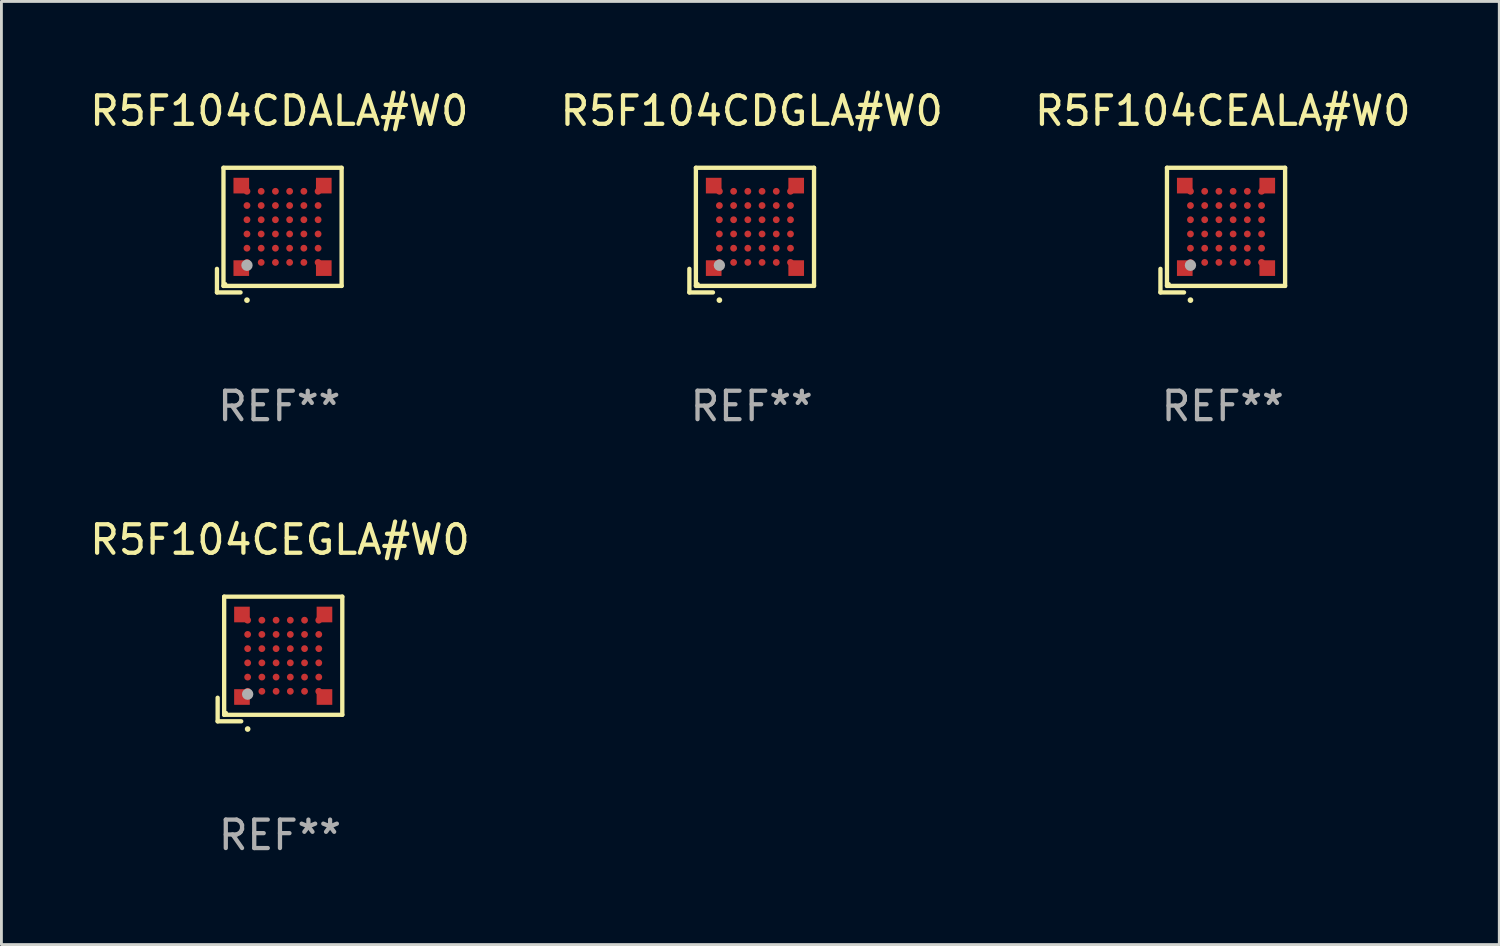
<source format=kicad_pcb>
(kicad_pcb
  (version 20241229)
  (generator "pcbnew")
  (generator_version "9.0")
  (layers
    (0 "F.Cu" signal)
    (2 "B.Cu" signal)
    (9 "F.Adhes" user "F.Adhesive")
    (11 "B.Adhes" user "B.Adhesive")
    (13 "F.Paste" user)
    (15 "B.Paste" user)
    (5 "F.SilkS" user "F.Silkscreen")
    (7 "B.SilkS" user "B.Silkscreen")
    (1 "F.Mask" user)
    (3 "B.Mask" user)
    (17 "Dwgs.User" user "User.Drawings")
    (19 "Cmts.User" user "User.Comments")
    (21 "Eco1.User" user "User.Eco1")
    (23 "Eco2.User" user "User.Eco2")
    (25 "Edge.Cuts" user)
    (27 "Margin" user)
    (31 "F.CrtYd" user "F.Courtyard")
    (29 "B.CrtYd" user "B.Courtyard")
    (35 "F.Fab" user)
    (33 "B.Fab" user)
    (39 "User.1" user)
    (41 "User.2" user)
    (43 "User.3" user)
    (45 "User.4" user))
  (footprint "R5F104CEALA#W0"
    (layer "F.Cu")
    (at 39.935 5.039)
    (property "Reference" "R5F104CEALA#W0" (at 0 -4.191 0) (layer "F.SilkS") (effects (font (size 1 1) (thickness 0.15))))
    (attr through_hole)
    (fp_line (start -2.191 1.362) (end -2.191 2.191) (stroke (width 0.152) (type solid)) (layer "F.SilkS"))
    (fp_line (start -2.191 2.191) (end -1.362 2.191) (stroke (width 0.152) (type solid)) (layer "F.SilkS"))
    (fp_line (start -1.962 -2.191) (end 2.191 -2.191) (stroke (width 0.152) (type solid)) (layer "F.SilkS"))
    (fp_line (start -1.962 1.962) (end -1.962 -2.191) (stroke (width 0.152) (type solid)) (layer "F.SilkS"))
    (fp_line (start 2.191 -2.191) (end 2.191 1.962) (stroke (width 0.152) (type solid)) (layer "F.SilkS"))
    (fp_line (start 2.191 1.962) (end -1.962 1.962) (stroke (width 0.152) (type solid)) (layer "F.SilkS"))
    (fp_circle (center -1.886 1.886) (end -1.856 1.886) (stroke (width 0.06) (type solid)) (fill no) (layer "F.SilkS"))
    (fp_circle (center -1.136 2.462) (end -1.086 2.462) (stroke (width 0.1) (type solid)) (fill no) (layer "F.SilkS"))
    (fp_circle (center -1.136 1.236) (end -1.036 1.236) (stroke (width 0.2) (type solid)) (fill no) (layer "F.Fab"))
    (fp_text user "REF**" (at 0 6.191 0) (layer "F.Fab") (effects (font (size 1 1) (thickness 0.15))))
    (pad "A1" smd rect (at -1.336 1.336) (size 0.55 0.55) (layers "F.Cu" "F.Mask" "F.Paste"))
    (pad "A1" smd circle (at -1.136 1.136) (size 0.24 0.24) (layers "F.Cu" "F.Mask" "F.Paste"))
    (pad "A2" smd circle (at -1.136 0.636) (size 0.24 0.24) (layers "F.Cu" "F.Mask" "F.Paste"))
    (pad "A3" smd circle (at -1.136 0.136) (size 0.24 0.24) (layers "F.Cu" "F.Mask" "F.Paste"))
    (pad "A4" smd circle (at -1.136 -0.364) (size 0.24 0.24) (layers "F.Cu" "F.Mask" "F.Paste"))
    (pad "A5" smd circle (at -1.136 -0.864) (size 0.24 0.24) (layers "F.Cu" "F.Mask" "F.Paste"))
    (pad "A6" smd rect (at -1.336 -1.564) (size 0.55 0.55) (layers "F.Cu" "F.Mask" "F.Paste"))
    (pad "A6" smd circle (at -1.136 -1.364) (size 0.24 0.24) (layers "F.Cu" "F.Mask" "F.Paste"))
    (pad "B1" smd circle (at -0.636 1.136) (size 0.24 0.24) (layers "F.Cu" "F.Mask" "F.Paste"))
    (pad "B2" smd circle (at -0.636 0.636) (size 0.24 0.24) (layers "F.Cu" "F.Mask" "F.Paste"))
    (pad "B3" smd circle (at -0.636 0.136) (size 0.24 0.24) (layers "F.Cu" "F.Mask" "F.Paste"))
    (pad "B4" smd circle (at -0.636 -0.364) (size 0.24 0.24) (layers "F.Cu" "F.Mask" "F.Paste"))
    (pad "B5" smd circle (at -0.636 -0.864) (size 0.24 0.24) (layers "F.Cu" "F.Mask" "F.Paste"))
    (pad "B6" smd circle (at -0.636 -1.364) (size 0.24 0.24) (layers "F.Cu" "F.Mask" "F.Paste"))
    (pad "C1" smd circle (at -0.136 1.136) (size 0.24 0.24) (layers "F.Cu" "F.Mask" "F.Paste"))
    (pad "C2" smd circle (at -0.136 0.636) (size 0.24 0.24) (layers "F.Cu" "F.Mask" "F.Paste"))
    (pad "C3" smd circle (at -0.136 0.136) (size 0.24 0.24) (layers "F.Cu" "F.Mask" "F.Paste"))
    (pad "C4" smd circle (at -0.136 -0.364) (size 0.24 0.24) (layers "F.Cu" "F.Mask" "F.Paste"))
    (pad "C5" smd circle (at -0.136 -0.864) (size 0.24 0.24) (layers "F.Cu" "F.Mask" "F.Paste"))
    (pad "C6" smd circle (at -0.136 -1.364) (size 0.24 0.24) (layers "F.Cu" "F.Mask" "F.Paste"))
    (pad "D1" smd circle (at 0.364 1.136) (size 0.24 0.24) (layers "F.Cu" "F.Mask" "F.Paste"))
    (pad "D2" smd circle (at 0.364 0.636) (size 0.24 0.24) (layers "F.Cu" "F.Mask" "F.Paste"))
    (pad "D3" smd circle (at 0.364 0.136) (size 0.24 0.24) (layers "F.Cu" "F.Mask" "F.Paste"))
    (pad "D4" smd circle (at 0.364 -0.364) (size 0.24 0.24) (layers "F.Cu" "F.Mask" "F.Paste"))
    (pad "D5" smd circle (at 0.364 -0.864) (size 0.24 0.24) (layers "F.Cu" "F.Mask" "F.Paste"))
    (pad "D6" smd circle (at 0.364 -1.364) (size 0.24 0.24) (layers "F.Cu" "F.Mask" "F.Paste"))
    (pad "E1" smd circle (at 0.864 1.136) (size 0.24 0.24) (layers "F.Cu" "F.Mask" "F.Paste"))
    (pad "E2" smd circle (at 0.864 0.636) (size 0.24 0.24) (layers "F.Cu" "F.Mask" "F.Paste"))
    (pad "E3" smd circle (at 0.864 0.136) (size 0.24 0.24) (layers "F.Cu" "F.Mask" "F.Paste"))
    (pad "E4" smd circle (at 0.864 -0.364) (size 0.24 0.24) (layers "F.Cu" "F.Mask" "F.Paste"))
    (pad "E5" smd circle (at 0.864 -0.864) (size 0.24 0.24) (layers "F.Cu" "F.Mask" "F.Paste"))
    (pad "E6" smd circle (at 0.864 -1.364) (size 0.24 0.24) (layers "F.Cu" "F.Mask" "F.Paste"))
    (pad "F1" smd circle (at 1.364 1.136) (size 0.24 0.24) (layers "F.Cu" "F.Mask" "F.Paste"))
    (pad "F1" smd rect (at 1.564 1.336) (size 0.55 0.55) (layers "F.Cu" "F.Mask" "F.Paste"))
    (pad "F2" smd circle (at 1.364 0.636) (size 0.24 0.24) (layers "F.Cu" "F.Mask" "F.Paste"))
    (pad "F3" smd circle (at 1.364 0.136) (size 0.24 0.24) (layers "F.Cu" "F.Mask" "F.Paste"))
    (pad "F4" smd circle (at 1.364 -0.364) (size 0.24 0.24) (layers "F.Cu" "F.Mask" "F.Paste"))
    (pad "F5" smd circle (at 1.364 -0.864) (size 0.24 0.24) (layers "F.Cu" "F.Mask" "F.Paste"))
    (pad "F6" smd circle (at 1.364 -1.364) (size 0.24 0.24) (layers "F.Cu" "F.Mask" "F.Paste"))
    (pad "F6" smd rect (at 1.564 -1.564) (size 0.55 0.55) (layers "F.Cu" "F.Mask" "F.Paste")))
  (footprint "R5F104CEGLA#W0"
    (layer "F.Cu")
    (at 6.792 20.116)
    (property "Reference" "R5F104CEGLA#W0" (at 0 -4.191 0) (layer "F.SilkS") (effects (font (size 1 1) (thickness 0.15))))
    (attr through_hole)
    (fp_line (start -2.191 1.362) (end -2.191 2.191) (stroke (width 0.152) (type solid)) (layer "F.SilkS"))
    (fp_line (start -2.191 2.191) (end -1.362 2.191) (stroke (width 0.152) (type solid)) (layer "F.SilkS"))
    (fp_line (start -1.962 -2.191) (end 2.191 -2.191) (stroke (width 0.152) (type solid)) (layer "F.SilkS"))
    (fp_line (start -1.962 1.962) (end -1.962 -2.191) (stroke (width 0.152) (type solid)) (layer "F.SilkS"))
    (fp_line (start 2.191 -2.191) (end 2.191 1.962) (stroke (width 0.152) (type solid)) (layer "F.SilkS"))
    (fp_line (start 2.191 1.962) (end -1.962 1.962) (stroke (width 0.152) (type solid)) (layer "F.SilkS"))
    (fp_circle (center -1.886 1.886) (end -1.856 1.886) (stroke (width 0.06) (type solid)) (fill no) (layer "F.SilkS"))
    (fp_circle (center -1.136 2.462) (end -1.086 2.462) (stroke (width 0.1) (type solid)) (fill no) (layer "F.SilkS"))
    (fp_circle (center -1.136 1.236) (end -1.036 1.236) (stroke (width 0.2) (type solid)) (fill no) (layer "F.Fab"))
    (fp_text user "REF**" (at 0 6.191 0) (layer "F.Fab") (effects (font (size 1 1) (thickness 0.15))))
    (pad "A1" smd rect (at -1.336 1.336) (size 0.55 0.55) (layers "F.Cu" "F.Mask" "F.Paste"))
    (pad "A1" smd circle (at -1.136 1.136) (size 0.24 0.24) (layers "F.Cu" "F.Mask" "F.Paste"))
    (pad "A2" smd circle (at -1.136 0.636) (size 0.24 0.24) (layers "F.Cu" "F.Mask" "F.Paste"))
    (pad "A3" smd circle (at -1.136 0.136) (size 0.24 0.24) (layers "F.Cu" "F.Mask" "F.Paste"))
    (pad "A4" smd circle (at -1.136 -0.364) (size 0.24 0.24) (layers "F.Cu" "F.Mask" "F.Paste"))
    (pad "A5" smd circle (at -1.136 -0.864) (size 0.24 0.24) (layers "F.Cu" "F.Mask" "F.Paste"))
    (pad "A6" smd rect (at -1.336 -1.564) (size 0.55 0.55) (layers "F.Cu" "F.Mask" "F.Paste"))
    (pad "A6" smd circle (at -1.136 -1.364) (size 0.24 0.24) (layers "F.Cu" "F.Mask" "F.Paste"))
    (pad "B1" smd circle (at -0.636 1.136) (size 0.24 0.24) (layers "F.Cu" "F.Mask" "F.Paste"))
    (pad "B2" smd circle (at -0.636 0.636) (size 0.24 0.24) (layers "F.Cu" "F.Mask" "F.Paste"))
    (pad "B3" smd circle (at -0.636 0.136) (size 0.24 0.24) (layers "F.Cu" "F.Mask" "F.Paste"))
    (pad "B4" smd circle (at -0.636 -0.364) (size 0.24 0.24) (layers "F.Cu" "F.Mask" "F.Paste"))
    (pad "B5" smd circle (at -0.636 -0.864) (size 0.24 0.24) (layers "F.Cu" "F.Mask" "F.Paste"))
    (pad "B6" smd circle (at -0.636 -1.364) (size 0.24 0.24) (layers "F.Cu" "F.Mask" "F.Paste"))
    (pad "C1" smd circle (at -0.136 1.136) (size 0.24 0.24) (layers "F.Cu" "F.Mask" "F.Paste"))
    (pad "C2" smd circle (at -0.136 0.636) (size 0.24 0.24) (layers "F.Cu" "F.Mask" "F.Paste"))
    (pad "C3" smd circle (at -0.136 0.136) (size 0.24 0.24) (layers "F.Cu" "F.Mask" "F.Paste"))
    (pad "C4" smd circle (at -0.136 -0.364) (size 0.24 0.24) (layers "F.Cu" "F.Mask" "F.Paste"))
    (pad "C5" smd circle (at -0.136 -0.864) (size 0.24 0.24) (layers "F.Cu" "F.Mask" "F.Paste"))
    (pad "C6" smd circle (at -0.136 -1.364) (size 0.24 0.24) (layers "F.Cu" "F.Mask" "F.Paste"))
    (pad "D1" smd circle (at 0.364 1.136) (size 0.24 0.24) (layers "F.Cu" "F.Mask" "F.Paste"))
    (pad "D2" smd circle (at 0.364 0.636) (size 0.24 0.24) (layers "F.Cu" "F.Mask" "F.Paste"))
    (pad "D3" smd circle (at 0.364 0.136) (size 0.24 0.24) (layers "F.Cu" "F.Mask" "F.Paste"))
    (pad "D4" smd circle (at 0.364 -0.364) (size 0.24 0.24) (layers "F.Cu" "F.Mask" "F.Paste"))
    (pad "D5" smd circle (at 0.364 -0.864) (size 0.24 0.24) (layers "F.Cu" "F.Mask" "F.Paste"))
    (pad "D6" smd circle (at 0.364 -1.364) (size 0.24 0.24) (layers "F.Cu" "F.Mask" "F.Paste"))
    (pad "E1" smd circle (at 0.864 1.136) (size 0.24 0.24) (layers "F.Cu" "F.Mask" "F.Paste"))
    (pad "E2" smd circle (at 0.864 0.636) (size 0.24 0.24) (layers "F.Cu" "F.Mask" "F.Paste"))
    (pad "E3" smd circle (at 0.864 0.136) (size 0.24 0.24) (layers "F.Cu" "F.Mask" "F.Paste"))
    (pad "E4" smd circle (at 0.864 -0.364) (size 0.24 0.24) (layers "F.Cu" "F.Mask" "F.Paste"))
    (pad "E5" smd circle (at 0.864 -0.864) (size 0.24 0.24) (layers "F.Cu" "F.Mask" "F.Paste"))
    (pad "E6" smd circle (at 0.864 -1.364) (size 0.24 0.24) (layers "F.Cu" "F.Mask" "F.Paste"))
    (pad "F1" smd circle (at 1.364 1.136) (size 0.24 0.24) (layers "F.Cu" "F.Mask" "F.Paste"))
    (pad "F1" smd rect (at 1.564 1.336) (size 0.55 0.55) (layers "F.Cu" "F.Mask" "F.Paste"))
    (pad "F2" smd circle (at 1.364 0.636) (size 0.24 0.24) (layers "F.Cu" "F.Mask" "F.Paste"))
    (pad "F3" smd circle (at 1.364 0.136) (size 0.24 0.24) (layers "F.Cu" "F.Mask" "F.Paste"))
    (pad "F4" smd circle (at 1.364 -0.364) (size 0.24 0.24) (layers "F.Cu" "F.Mask" "F.Paste"))
    (pad "F5" smd circle (at 1.364 -0.864) (size 0.24 0.24) (layers "F.Cu" "F.Mask" "F.Paste"))
    (pad "F6" smd circle (at 1.364 -1.364) (size 0.24 0.24) (layers "F.Cu" "F.Mask" "F.Paste"))
    (pad "F6" smd rect (at 1.564 -1.564) (size 0.55 0.55) (layers "F.Cu" "F.Mask" "F.Paste")))
  (footprint "R5F104CDGLA#W0"
    (layer "F.Cu")
    (at 23.375 5.039)
    (property "Reference" "R5F104CDGLA#W0" (at 0 -4.191 0) (layer "F.SilkS") (effects (font (size 1 1) (thickness 0.15))))
    (attr through_hole)
    (fp_line (start -2.191 1.362) (end -2.191 2.191) (stroke (width 0.152) (type solid)) (layer "F.SilkS"))
    (fp_line (start -2.191 2.191) (end -1.362 2.191) (stroke (width 0.152) (type solid)) (layer "F.SilkS"))
    (fp_line (start -1.962 -2.191) (end 2.191 -2.191) (stroke (width 0.152) (type solid)) (layer "F.SilkS"))
    (fp_line (start -1.962 1.962) (end -1.962 -2.191) (stroke (width 0.152) (type solid)) (layer "F.SilkS"))
    (fp_line (start 2.191 -2.191) (end 2.191 1.962) (stroke (width 0.152) (type solid)) (layer "F.SilkS"))
    (fp_line (start 2.191 1.962) (end -1.962 1.962) (stroke (width 0.152) (type solid)) (layer "F.SilkS"))
    (fp_circle (center -1.886 1.886) (end -1.856 1.886) (stroke (width 0.06) (type solid)) (fill no) (layer "F.SilkS"))
    (fp_circle (center -1.136 2.462) (end -1.086 2.462) (stroke (width 0.1) (type solid)) (fill no) (layer "F.SilkS"))
    (fp_circle (center -1.136 1.236) (end -1.036 1.236) (stroke (width 0.2) (type solid)) (fill no) (layer "F.Fab"))
    (fp_text user "REF**" (at 0 6.191 0) (layer "F.Fab") (effects (font (size 1 1) (thickness 0.15))))
    (pad "A1" smd rect (at -1.336 1.336) (size 0.55 0.55) (layers "F.Cu" "F.Mask" "F.Paste"))
    (pad "A1" smd circle (at -1.136 1.136) (size 0.24 0.24) (layers "F.Cu" "F.Mask" "F.Paste"))
    (pad "A2" smd circle (at -1.136 0.636) (size 0.24 0.24) (layers "F.Cu" "F.Mask" "F.Paste"))
    (pad "A3" smd circle (at -1.136 0.136) (size 0.24 0.24) (layers "F.Cu" "F.Mask" "F.Paste"))
    (pad "A4" smd circle (at -1.136 -0.364) (size 0.24 0.24) (layers "F.Cu" "F.Mask" "F.Paste"))
    (pad "A5" smd circle (at -1.136 -0.864) (size 0.24 0.24) (layers "F.Cu" "F.Mask" "F.Paste"))
    (pad "A6" smd rect (at -1.336 -1.564) (size 0.55 0.55) (layers "F.Cu" "F.Mask" "F.Paste"))
    (pad "A6" smd circle (at -1.136 -1.364) (size 0.24 0.24) (layers "F.Cu" "F.Mask" "F.Paste"))
    (pad "B1" smd circle (at -0.636 1.136) (size 0.24 0.24) (layers "F.Cu" "F.Mask" "F.Paste"))
    (pad "B2" smd circle (at -0.636 0.636) (size 0.24 0.24) (layers "F.Cu" "F.Mask" "F.Paste"))
    (pad "B3" smd circle (at -0.636 0.136) (size 0.24 0.24) (layers "F.Cu" "F.Mask" "F.Paste"))
    (pad "B4" smd circle (at -0.636 -0.364) (size 0.24 0.24) (layers "F.Cu" "F.Mask" "F.Paste"))
    (pad "B5" smd circle (at -0.636 -0.864) (size 0.24 0.24) (layers "F.Cu" "F.Mask" "F.Paste"))
    (pad "B6" smd circle (at -0.636 -1.364) (size 0.24 0.24) (layers "F.Cu" "F.Mask" "F.Paste"))
    (pad "C1" smd circle (at -0.136 1.136) (size 0.24 0.24) (layers "F.Cu" "F.Mask" "F.Paste"))
    (pad "C2" smd circle (at -0.136 0.636) (size 0.24 0.24) (layers "F.Cu" "F.Mask" "F.Paste"))
    (pad "C3" smd circle (at -0.136 0.136) (size 0.24 0.24) (layers "F.Cu" "F.Mask" "F.Paste"))
    (pad "C4" smd circle (at -0.136 -0.364) (size 0.24 0.24) (layers "F.Cu" "F.Mask" "F.Paste"))
    (pad "C5" smd circle (at -0.136 -0.864) (size 0.24 0.24) (layers "F.Cu" "F.Mask" "F.Paste"))
    (pad "C6" smd circle (at -0.136 -1.364) (size 0.24 0.24) (layers "F.Cu" "F.Mask" "F.Paste"))
    (pad "D1" smd circle (at 0.364 1.136) (size 0.24 0.24) (layers "F.Cu" "F.Mask" "F.Paste"))
    (pad "D2" smd circle (at 0.364 0.636) (size 0.24 0.24) (layers "F.Cu" "F.Mask" "F.Paste"))
    (pad "D3" smd circle (at 0.364 0.136) (size 0.24 0.24) (layers "F.Cu" "F.Mask" "F.Paste"))
    (pad "D4" smd circle (at 0.364 -0.364) (size 0.24 0.24) (layers "F.Cu" "F.Mask" "F.Paste"))
    (pad "D5" smd circle (at 0.364 -0.864) (size 0.24 0.24) (layers "F.Cu" "F.Mask" "F.Paste"))
    (pad "D6" smd circle (at 0.364 -1.364) (size 0.24 0.24) (layers "F.Cu" "F.Mask" "F.Paste"))
    (pad "E1" smd circle (at 0.864 1.136) (size 0.24 0.24) (layers "F.Cu" "F.Mask" "F.Paste"))
    (pad "E2" smd circle (at 0.864 0.636) (size 0.24 0.24) (layers "F.Cu" "F.Mask" "F.Paste"))
    (pad "E3" smd circle (at 0.864 0.136) (size 0.24 0.24) (layers "F.Cu" "F.Mask" "F.Paste"))
    (pad "E4" smd circle (at 0.864 -0.364) (size 0.24 0.24) (layers "F.Cu" "F.Mask" "F.Paste"))
    (pad "E5" smd circle (at 0.864 -0.864) (size 0.24 0.24) (layers "F.Cu" "F.Mask" "F.Paste"))
    (pad "E6" smd circle (at 0.864 -1.364) (size 0.24 0.24) (layers "F.Cu" "F.Mask" "F.Paste"))
    (pad "F1" smd circle (at 1.364 1.136) (size 0.24 0.24) (layers "F.Cu" "F.Mask" "F.Paste"))
    (pad "F1" smd rect (at 1.564 1.336) (size 0.55 0.55) (layers "F.Cu" "F.Mask" "F.Paste"))
    (pad "F2" smd circle (at 1.364 0.636) (size 0.24 0.24) (layers "F.Cu" "F.Mask" "F.Paste"))
    (pad "F3" smd circle (at 1.364 0.136) (size 0.24 0.24) (layers "F.Cu" "F.Mask" "F.Paste"))
    (pad "F4" smd circle (at 1.364 -0.364) (size 0.24 0.24) (layers "F.Cu" "F.Mask" "F.Paste"))
    (pad "F5" smd circle (at 1.364 -0.864) (size 0.24 0.24) (layers "F.Cu" "F.Mask" "F.Paste"))
    (pad "F6" smd circle (at 1.364 -1.364) (size 0.24 0.24) (layers "F.Cu" "F.Mask" "F.Paste"))
    (pad "F6" smd rect (at 1.564 -1.564) (size 0.55 0.55) (layers "F.Cu" "F.Mask" "F.Paste")))
  (footprint "R5F104CDALA#W0"
    (layer "F.Cu")
    (at 6.768 5.039)
    (property "Reference" "R5F104CDALA#W0" (at 0 -4.191 0) (layer "F.SilkS") (effects (font (size 1 1) (thickness 0.15))))
    (attr through_hole)
    (fp_line (start -2.191 1.362) (end -2.191 2.191) (stroke (width 0.152) (type solid)) (layer "F.SilkS"))
    (fp_line (start -2.191 2.191) (end -1.362 2.191) (stroke (width 0.152) (type solid)) (layer "F.SilkS"))
    (fp_line (start -1.962 -2.191) (end 2.191 -2.191) (stroke (width 0.152) (type solid)) (layer "F.SilkS"))
    (fp_line (start -1.962 1.962) (end -1.962 -2.191) (stroke (width 0.152) (type solid)) (layer "F.SilkS"))
    (fp_line (start 2.191 -2.191) (end 2.191 1.962) (stroke (width 0.152) (type solid)) (layer "F.SilkS"))
    (fp_line (start 2.191 1.962) (end -1.962 1.962) (stroke (width 0.152) (type solid)) (layer "F.SilkS"))
    (fp_circle (center -1.886 1.886) (end -1.856 1.886) (stroke (width 0.06) (type solid)) (fill no) (layer "F.SilkS"))
    (fp_circle (center -1.136 2.462) (end -1.086 2.462) (stroke (width 0.1) (type solid)) (fill no) (layer "F.SilkS"))
    (fp_circle (center -1.136 1.236) (end -1.036 1.236) (stroke (width 0.2) (type solid)) (fill no) (layer "F.Fab"))
    (fp_text user "REF**" (at 0 6.191 0) (layer "F.Fab") (effects (font (size 1 1) (thickness 0.15))))
    (pad "A1" smd rect (at -1.336 1.336) (size 0.55 0.55) (layers "F.Cu" "F.Mask" "F.Paste"))
    (pad "A1" smd circle (at -1.136 1.136) (size 0.24 0.24) (layers "F.Cu" "F.Mask" "F.Paste"))
    (pad "A2" smd circle (at -1.136 0.636) (size 0.24 0.24) (layers "F.Cu" "F.Mask" "F.Paste"))
    (pad "A3" smd circle (at -1.136 0.136) (size 0.24 0.24) (layers "F.Cu" "F.Mask" "F.Paste"))
    (pad "A4" smd circle (at -1.136 -0.364) (size 0.24 0.24) (layers "F.Cu" "F.Mask" "F.Paste"))
    (pad "A5" smd circle (at -1.136 -0.864) (size 0.24 0.24) (layers "F.Cu" "F.Mask" "F.Paste"))
    (pad "A6" smd rect (at -1.336 -1.564) (size 0.55 0.55) (layers "F.Cu" "F.Mask" "F.Paste"))
    (pad "A6" smd circle (at -1.136 -1.364) (size 0.24 0.24) (layers "F.Cu" "F.Mask" "F.Paste"))
    (pad "B1" smd circle (at -0.636 1.136) (size 0.24 0.24) (layers "F.Cu" "F.Mask" "F.Paste"))
    (pad "B2" smd circle (at -0.636 0.636) (size 0.24 0.24) (layers "F.Cu" "F.Mask" "F.Paste"))
    (pad "B3" smd circle (at -0.636 0.136) (size 0.24 0.24) (layers "F.Cu" "F.Mask" "F.Paste"))
    (pad "B4" smd circle (at -0.636 -0.364) (size 0.24 0.24) (layers "F.Cu" "F.Mask" "F.Paste"))
    (pad "B5" smd circle (at -0.636 -0.864) (size 0.24 0.24) (layers "F.Cu" "F.Mask" "F.Paste"))
    (pad "B6" smd circle (at -0.636 -1.364) (size 0.24 0.24) (layers "F.Cu" "F.Mask" "F.Paste"))
    (pad "C1" smd circle (at -0.136 1.136) (size 0.24 0.24) (layers "F.Cu" "F.Mask" "F.Paste"))
    (pad "C2" smd circle (at -0.136 0.636) (size 0.24 0.24) (layers "F.Cu" "F.Mask" "F.Paste"))
    (pad "C3" smd circle (at -0.136 0.136) (size 0.24 0.24) (layers "F.Cu" "F.Mask" "F.Paste"))
    (pad "C4" smd circle (at -0.136 -0.364) (size 0.24 0.24) (layers "F.Cu" "F.Mask" "F.Paste"))
    (pad "C5" smd circle (at -0.136 -0.864) (size 0.24 0.24) (layers "F.Cu" "F.Mask" "F.Paste"))
    (pad "C6" smd circle (at -0.136 -1.364) (size 0.24 0.24) (layers "F.Cu" "F.Mask" "F.Paste"))
    (pad "D1" smd circle (at 0.364 1.136) (size 0.24 0.24) (layers "F.Cu" "F.Mask" "F.Paste"))
    (pad "D2" smd circle (at 0.364 0.636) (size 0.24 0.24) (layers "F.Cu" "F.Mask" "F.Paste"))
    (pad "D3" smd circle (at 0.364 0.136) (size 0.24 0.24) (layers "F.Cu" "F.Mask" "F.Paste"))
    (pad "D4" smd circle (at 0.364 -0.364) (size 0.24 0.24) (layers "F.Cu" "F.Mask" "F.Paste"))
    (pad "D5" smd circle (at 0.364 -0.864) (size 0.24 0.24) (layers "F.Cu" "F.Mask" "F.Paste"))
    (pad "D6" smd circle (at 0.364 -1.364) (size 0.24 0.24) (layers "F.Cu" "F.Mask" "F.Paste"))
    (pad "E1" smd circle (at 0.864 1.136) (size 0.24 0.24) (layers "F.Cu" "F.Mask" "F.Paste"))
    (pad "E2" smd circle (at 0.864 0.636) (size 0.24 0.24) (layers "F.Cu" "F.Mask" "F.Paste"))
    (pad "E3" smd circle (at 0.864 0.136) (size 0.24 0.24) (layers "F.Cu" "F.Mask" "F.Paste"))
    (pad "E4" smd circle (at 0.864 -0.364) (size 0.24 0.24) (layers "F.Cu" "F.Mask" "F.Paste"))
    (pad "E5" smd circle (at 0.864 -0.864) (size 0.24 0.24) (layers "F.Cu" "F.Mask" "F.Paste"))
    (pad "E6" smd circle (at 0.864 -1.364) (size 0.24 0.24) (layers "F.Cu" "F.Mask" "F.Paste"))
    (pad "F1" smd circle (at 1.364 1.136) (size 0.24 0.24) (layers "F.Cu" "F.Mask" "F.Paste"))
    (pad "F1" smd rect (at 1.564 1.336) (size 0.55 0.55) (layers "F.Cu" "F.Mask" "F.Paste"))
    (pad "F2" smd circle (at 1.364 0.636) (size 0.24 0.24) (layers "F.Cu" "F.Mask" "F.Paste"))
    (pad "F3" smd circle (at 1.364 0.136) (size 0.24 0.24) (layers "F.Cu" "F.Mask" "F.Paste"))
    (pad "F4" smd circle (at 1.364 -0.364) (size 0.24 0.24) (layers "F.Cu" "F.Mask" "F.Paste"))
    (pad "F5" smd circle (at 1.364 -0.864) (size 0.24 0.24) (layers "F.Cu" "F.Mask" "F.Paste"))
    (pad "F6" smd circle (at 1.364 -1.364) (size 0.24 0.24) (layers "F.Cu" "F.Mask" "F.Paste"))
    (pad "F6" smd rect (at 1.564 -1.564) (size 0.55 0.55) (layers "F.Cu" "F.Mask" "F.Paste")))
  (gr_rect
    (start -3 -3)
    (end 49.655 30.155)
    (stroke (width 0.1) (type default))
    (fill no)
    (layer "Edge.Cuts")))
</source>
